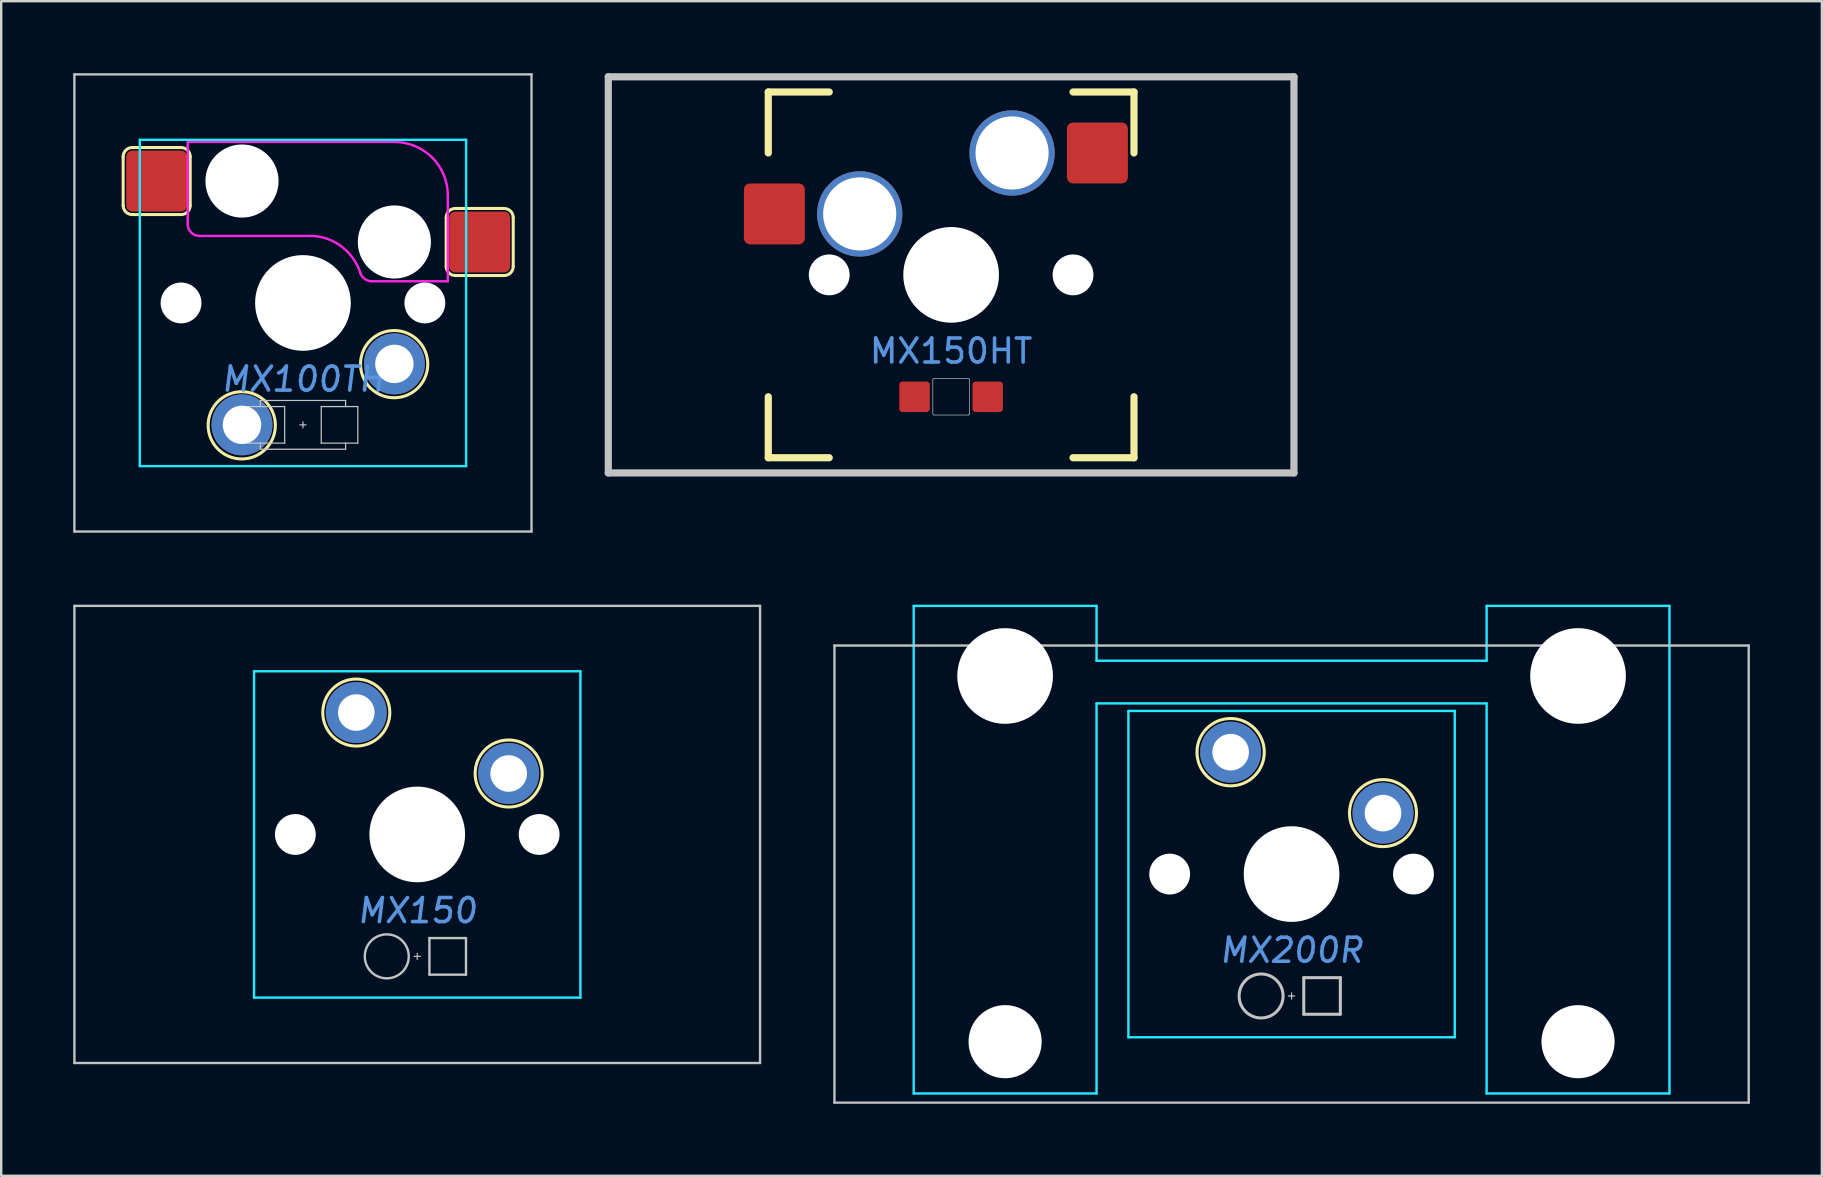
<source format=kicad_pcb>
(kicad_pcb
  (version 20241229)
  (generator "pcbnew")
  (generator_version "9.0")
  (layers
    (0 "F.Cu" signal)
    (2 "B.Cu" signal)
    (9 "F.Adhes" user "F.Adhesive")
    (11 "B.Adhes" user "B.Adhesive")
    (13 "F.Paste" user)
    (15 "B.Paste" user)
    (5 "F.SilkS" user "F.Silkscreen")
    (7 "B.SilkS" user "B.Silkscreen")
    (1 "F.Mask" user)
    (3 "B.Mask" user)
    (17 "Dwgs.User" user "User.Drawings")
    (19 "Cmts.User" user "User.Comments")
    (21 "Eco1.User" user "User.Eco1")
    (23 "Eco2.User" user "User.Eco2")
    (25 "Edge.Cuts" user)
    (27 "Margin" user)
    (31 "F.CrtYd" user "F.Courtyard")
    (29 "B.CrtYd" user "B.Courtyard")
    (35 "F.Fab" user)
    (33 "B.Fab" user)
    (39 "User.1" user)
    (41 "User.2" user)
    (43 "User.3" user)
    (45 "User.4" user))
  (footprint "MX150HT"
    (layer "F.Cu")
    (at 36.587 8.405)
    (property "Reference" "MX150HT" (at 0 3.175 0) (layer "Cmts.User") (effects (font (size 1 1) (thickness 0.15))))
    (attr through_hole)
    (fp_line (start -7.62 -7.62) (end -7.62 -5.08) (stroke (width 0.3) (type solid)) (layer "F.SilkS"))
    (fp_line (start -7.62 -7.62) (end -5.08 -7.62) (stroke (width 0.3) (type solid)) (layer "F.SilkS"))
    (fp_line (start -7.62 7.62) (end -7.62 5.08) (stroke (width 0.3) (type solid)) (layer "F.SilkS"))
    (fp_line (start -7.62 7.62) (end -5.08 7.62) (stroke (width 0.3) (type solid)) (layer "F.SilkS"))
    (fp_line (start 7.62 -7.62) (end 5.08 -7.62) (stroke (width 0.3) (type solid)) (layer "F.SilkS"))
    (fp_line (start 7.62 -7.62) (end 7.62 -5.08) (stroke (width 0.3) (type solid)) (layer "F.SilkS"))
    (fp_line (start 7.62 7.62) (end 5.08 7.62) (stroke (width 0.3) (type solid)) (layer "F.SilkS"))
    (fp_line (start 7.62 7.62) (end 7.62 5.08) (stroke (width 0.3) (type solid)) (layer "F.SilkS"))
    (fp_line (start -14.287 -8.255) (end -14.287 8.255) (stroke (width 0.3) (type solid)) (layer "Dwgs.User"))
    (fp_line (start -14.287 -8.255) (end 14.287 -8.255) (stroke (width 0.3) (type solid)) (layer "Dwgs.User"))
    (fp_line (start -14.287 8.255) (end 14.287 8.255) (stroke (width 0.3) (type solid)) (layer "Dwgs.User"))
    (fp_line (start 14.287 -8.255) (end 14.287 8.255) (stroke (width 0.3) (type solid)) (layer "Dwgs.User"))
    (fp_line (start -0.762 5.791) (end -0.762 4.369) (stroke (width 0.025) (type solid)) (layer "Edge.Cuts"))
    (fp_line (start 0.711 4.318) (end -0.711 4.318) (stroke (width 0.025) (type solid)) (layer "Edge.Cuts"))
    (fp_line (start 0.711 5.842) (end -0.711 5.842) (stroke (width 0.025) (type solid)) (layer "Edge.Cuts"))
    (fp_line (start 0.762 4.369) (end 0.762 5.791) (stroke (width 0.025) (type solid)) (layer "Edge.Cuts"))
    (fp_arc (start -0.762 4.3688) (mid -0.747121 4.332879) (end -0.7112 4.318) (stroke (width 0.0254) (type solid)) (layer "Edge.Cuts"))
    (fp_arc (start -0.7112 5.842) (mid -0.747121 5.827121) (end -0.762 5.7912) (stroke (width 0.0254) (type solid)) (layer "Edge.Cuts"))
    (fp_arc (start 0.7112 4.318) (mid 0.747121 4.332879) (end 0.762 4.3688) (stroke (width 0.0254) (type solid)) (layer "Edge.Cuts"))
    (fp_arc (start 0.762 5.7912) (mid 0.747121 5.827121) (end 0.7112 5.842) (stroke (width 0.0254) (type solid)) (layer "Edge.Cuts"))
    (pad "" np_thru_hole circle (at -5.08 0) (size 1.702 1.702) (drill 1.702) (layers "*.Cu" "*.Mask"))
    (pad "" thru_hole circle (at -3.81 -2.54) (size 3.556 3.556) (drill 3.048) (layers "*.Cu" "*.Mask"))
    (pad "" np_thru_hole circle (at 0 0) (size 3.988 3.988) (drill 3.988) (layers "*.Cu" "*.Mask"))
    (pad "" thru_hole circle (at 2.54 -5.08) (size 3.556 3.556) (drill 3.048) (layers "*.Cu" "*.Mask"))
    (pad "" np_thru_hole circle (at 5.08 0) (size 1.702 1.702) (drill 1.702) (layers "*.Cu" "*.Mask"))
    (pad "2" smd roundrect (at 6.096 -5.08) (size 2.54 2.54) (layers "F.Cu" "F.Mask" "F.Paste") (roundrect_rratio 0.1))
    (pad "3" smd roundrect (at -7.366 -2.54) (size 2.54 2.54) (layers "F.Cu" "F.Mask" "F.Paste") (roundrect_rratio 0.1))
    (pad "3" connect roundrect (at -1.524 5.08) (size 1.27 1.27) (layers "F.Cu" "F.Mask") (roundrect_rratio 0.1))
    (pad "3" connect roundrect (at 1.524 5.08) (size 1.27 1.27) (layers "F.Cu" "F.Mask") (roundrect_rratio 0.1)))
  (footprint "MX200R"
    (layer "F.Cu")
    (at 50.775 33.376)
    (property "Reference" "MX200R" (at 0 3.175 0) (layer "Cmts.User") (effects (font (size 1 1) (thickness 0.15) (italic yes))))
    (attr through_hole)
    (fp_circle (center -2.54 -5.08) (end -1.143 -4.953) (stroke (width 0.127) (type solid)) (fill no) (layer "F.SilkS"))
    (fp_circle (center 3.81 -2.54) (end 5.207 -2.54) (stroke (width 0.127) (type solid)) (fill no) (layer "F.SilkS"))
    (fp_line (start -19.05 -9.525) (end -19.05 9.525) (stroke (width 0.1) (type solid)) (layer "Dwgs.User"))
    (fp_line (start -19.05 -9.525) (end 19.05 -9.525) (stroke (width 0.1) (type solid)) (layer "Dwgs.User"))
    (fp_line (start -19.05 9.525) (end 19.05 9.525) (stroke (width 0.1) (type solid)) (layer "Dwgs.User"))
    (fp_line (start -0.127 5.08) (end 0.127 5.08) (stroke (width 0.051) (type solid)) (layer "Dwgs.User"))
    (fp_line (start 0 4.953) (end 0 5.207) (stroke (width 0.051) (type solid)) (layer "Dwgs.User"))
    (fp_line (start 0.508 4.318) (end 0.508 5.842) (stroke (width 0.127) (type solid)) (layer "Dwgs.User"))
    (fp_line (start 0.508 4.318) (end 2.032 4.318) (stroke (width 0.127) (type solid)) (layer "Dwgs.User"))
    (fp_line (start 0.508 5.842) (end 2.032 5.842) (stroke (width 0.127) (type solid)) (layer "Dwgs.User"))
    (fp_line (start 2.032 5.842) (end 2.032 4.318) (stroke (width 0.127) (type solid)) (layer "Dwgs.User"))
    (fp_line (start 19.05 -9.525) (end 19.05 9.525) (stroke (width 0.1) (type solid)) (layer "Dwgs.User"))
    (fp_circle (center -1.27 5.08) (end -0.354 5.08) (stroke (width 0.127) (type solid)) (fill no) (layer "Dwgs.User"))
    (fp_line (start -15.748 9.144) (end -15.748 -11.176) (stroke (width 0.1) (type solid)) (layer "B.CrtYd"))
    (fp_line (start -8.128 -11.176) (end -15.748 -11.176) (stroke (width 0.1) (type solid)) (layer "B.CrtYd"))
    (fp_line (start -8.128 -8.89) (end -8.128 -11.176) (stroke (width 0.1) (type solid)) (layer "B.CrtYd"))
    (fp_line (start -8.128 -7.112) (end -8.128 9.144) (stroke (width 0.1) (type solid)) (layer "B.CrtYd"))
    (fp_line (start -8.128 9.144) (end -15.748 9.144) (stroke (width 0.1) (type solid)) (layer "B.CrtYd"))
    (fp_line (start -6.8 -6.8) (end -6.8 6.8) (stroke (width 0.1) (type solid)) (layer "B.CrtYd"))
    (fp_line (start 6.8 -6.8) (end -6.8 -6.8) (stroke (width 0.1) (type solid)) (layer "B.CrtYd"))
    (fp_line (start 6.8 -6.8) (end 6.8 6.8) (stroke (width 0.1) (type solid)) (layer "B.CrtYd"))
    (fp_line (start 6.8 6.8) (end -6.8 6.8) (stroke (width 0.1) (type solid)) (layer "B.CrtYd"))
    (fp_line (start 8.128 -8.89) (end -8.128 -8.89) (stroke (width 0.1) (type solid)) (layer "B.CrtYd"))
    (fp_line (start 8.128 -8.89) (end 8.128 -11.176) (stroke (width 0.1) (type solid)) (layer "B.CrtYd"))
    (fp_line (start 8.128 -7.112) (end -8.128 -7.112) (stroke (width 0.1) (type solid)) (layer "B.CrtYd"))
    (fp_line (start 8.128 -7.112) (end 8.128 9.144) (stroke (width 0.1) (type solid)) (layer "B.CrtYd"))
    (fp_line (start 15.748 -11.176) (end 8.128 -11.176) (stroke (width 0.1) (type solid)) (layer "B.CrtYd"))
    (fp_line (start 15.748 9.144) (end 8.128 9.144) (stroke (width 0.1) (type solid)) (layer "B.CrtYd"))
    (fp_line (start 15.748 9.144) (end 15.748 -11.176) (stroke (width 0.1) (type solid)) (layer "B.CrtYd"))
    (pad "" np_thru_hole circle (at -11.938 -8.255) (size 3.988 3.988) (drill 3.988) (layers "*.Cu" "*.Mask"))
    (pad "" np_thru_hole circle (at -11.938 6.985) (size 3.048 3.048) (drill 3.048) (layers "*.Cu" "*.Mask"))
    (pad "" np_thru_hole circle (at -5.08 0) (size 1.702 1.702) (drill 1.702) (layers "*.Cu" "*.Mask"))
    (pad "" np_thru_hole circle (at 0 0) (size 3.988 3.988) (drill 3.988) (layers "*.Cu" "*.Mask"))
    (pad "" np_thru_hole circle (at 5.08 0) (size 1.702 1.702) (drill 1.702) (layers "*.Cu" "*.Mask"))
    (pad "" np_thru_hole circle (at 11.938 -8.255) (size 3.988 3.988) (drill 3.988) (layers "*.Cu" "*.Mask"))
    (pad "" np_thru_hole circle (at 11.938 6.985) (size 3.048 3.048) (drill 3.048) (layers "*.Cu" "*.Mask"))
    (pad "1" thru_hole circle (at -2.54 -5.08) (size 2.54 2.54) (drill 1.524) (layers "*.Cu" "*.Mask"))
    (pad "2" thru_hole circle (at 3.81 -2.54) (size 2.54 2.54) (drill 1.524) (layers "*.Cu" "*.Mask")))
  (footprint "MX150"
    (layer "F.Cu")
    (at 14.338 31.725)
    (property "Reference" "MX150" (at 0 3.175 0) (layer "Cmts.User") (effects (font (size 1 1) (thickness 0.15) (italic yes))))
    (attr through_hole)
    (fp_circle (center -2.54 -5.08) (end -1.143 -5.08) (stroke (width 0.127) (type solid)) (fill no) (layer "F.SilkS"))
    (fp_circle (center 3.81 -2.54) (end 5.207 -2.54) (stroke (width 0.127) (type solid)) (fill no) (layer "F.SilkS"))
    (fp_line (start -14.287 -9.525) (end -14.287 9.525) (stroke (width 0.1) (type solid)) (layer "Dwgs.User"))
    (fp_line (start -14.287 -9.525) (end 14.287 -9.525) (stroke (width 0.1) (type solid)) (layer "Dwgs.User"))
    (fp_line (start -14.287 9.525) (end 14.287 9.525) (stroke (width 0.1) (type solid)) (layer "Dwgs.User"))
    (fp_line (start 0 5.207) (end 0 4.953) (stroke (width 0.05) (type solid)) (layer "Dwgs.User"))
    (fp_line (start 0.127 5.08) (end -0.127 5.08) (stroke (width 0.05) (type solid)) (layer "Dwgs.User"))
    (fp_line (start 0.508 4.318) (end 2.032 4.318) (stroke (width 0.1) (type solid)) (layer "Dwgs.User"))
    (fp_line (start 0.508 5.842) (end 0.508 4.318) (stroke (width 0.1) (type solid)) (layer "Dwgs.User"))
    (fp_line (start 0.508 5.842) (end 2.032 5.842) (stroke (width 0.1) (type solid)) (layer "Dwgs.User"))
    (fp_line (start 2.032 5.842) (end 2.032 4.318) (stroke (width 0.1) (type solid)) (layer "Dwgs.User"))
    (fp_line (start 14.287 -9.525) (end 14.287 9.525) (stroke (width 0.1) (type solid)) (layer "Dwgs.User"))
    (fp_circle (center -1.27 5.08) (end -0.354 5.08) (stroke (width 0.1) (type solid)) (fill no) (layer "Dwgs.User"))
    (fp_line (start -6.8 -6.8) (end 6.8 -6.8) (stroke (width 0.1) (type solid)) (layer "B.CrtYd"))
    (fp_line (start -6.8 6.8) (end -6.8 -6.8) (stroke (width 0.1) (type solid)) (layer "B.CrtYd"))
    (fp_line (start -6.8 6.8) (end 6.8 6.8) (stroke (width 0.1) (type solid)) (layer "B.CrtYd"))
    (fp_line (start 6.8 6.8) (end 6.8 -6.8) (stroke (width 0.1) (type solid)) (layer "B.CrtYd"))
    (pad "" np_thru_hole circle (at -5.08 0) (size 1.702 1.702) (drill 1.702) (layers "*.Cu" "*.Mask"))
    (pad "" np_thru_hole circle (at 0 0) (size 3.988 3.988) (drill 3.988) (layers "*.Cu" "*.Mask"))
    (pad "" np_thru_hole circle (at 5.08 0) (size 1.702 1.702) (drill 1.702) (layers "*.Cu" "*.Mask"))
    (pad "1" thru_hole circle (at -2.54 -5.08) (size 2.54 2.54) (drill 1.524) (layers "*.Cu" "*.Mask"))
    (pad "2" thru_hole circle (at 3.81 -2.54) (size 2.54 2.54) (drill 1.524) (layers "*.Cu" "*.Mask")))
  (footprint "MX100TH"
    (layer "F.Cu")
    (at 9.575 9.575)
    (property "Reference" "MX100TH" (at 0 3.175 0) (layer "Cmts.User") (effects (font (size 1 1) (thickness 0.15) (italic yes))))
    (attr through_hole)
    (fp_line (start -7.493 -6.096) (end -7.493 -4.064) (stroke (width 0.127) (type solid)) (layer "F.SilkS"))
    (fp_line (start -5.08 -6.477) (end -7.112 -6.477) (stroke (width 0.127) (type solid)) (layer "F.SilkS"))
    (fp_line (start -5.08 -3.683) (end -7.112 -3.683) (stroke (width 0.127) (type solid)) (layer "F.SilkS"))
    (fp_line (start -4.699 -6.096) (end -4.699 -4.064) (stroke (width 0.127) (type solid)) (layer "F.SilkS"))
    (fp_line (start 5.969 -3.556) (end 5.969 -1.524) (stroke (width 0.127) (type solid)) (layer "F.SilkS"))
    (fp_line (start 8.382 -3.937) (end 6.35 -3.937) (stroke (width 0.127) (type solid)) (layer "F.SilkS"))
    (fp_line (start 8.382 -1.143) (end 6.35 -1.143) (stroke (width 0.127) (type solid)) (layer "F.SilkS"))
    (fp_line (start 8.763 -3.556) (end 8.763 -1.524) (stroke (width 0.127) (type solid)) (layer "F.SilkS"))
    (fp_arc (start -7.493 -6.096) (mid -7.381408 -6.365408) (end -7.112 -6.477) (stroke (width 0.127) (type solid)) (layer "F.SilkS"))
    (fp_arc (start -7.112 -3.683) (mid -7.381408 -3.794592) (end -7.493 -4.064) (stroke (width 0.127) (type solid)) (layer "F.SilkS"))
    (fp_arc (start -5.08 -6.477) (mid -4.810592 -6.365408) (end -4.699 -6.096) (stroke (width 0.127) (type solid)) (layer "F.SilkS"))
    (fp_arc (start -4.699 -4.064) (mid -4.810592 -3.794592) (end -5.08 -3.683) (stroke (width 0.127) (type solid)) (layer "F.SilkS"))
    (fp_arc (start 5.969 -3.556) (mid 6.080592 -3.825408) (end 6.35 -3.937) (stroke (width 0.127) (type solid)) (layer "F.SilkS"))
    (fp_arc (start 6.35 -1.143) (mid 6.080592 -1.254592) (end 5.969 -1.524) (stroke (width 0.127) (type solid)) (layer "F.SilkS"))
    (fp_arc (start 8.382 -3.937) (mid 8.651408 -3.825408) (end 8.763 -3.556) (stroke (width 0.127) (type solid)) (layer "F.SilkS"))
    (fp_arc (start 8.763 -1.524) (mid 8.651408 -1.254592) (end 8.382 -1.143) (stroke (width 0.127) (type solid)) (layer "F.SilkS"))
    (fp_circle (center -2.55 5.1) (end -1.149 5.1) (stroke (width 0.127) (type solid)) (fill no) (layer "F.SilkS"))
    (fp_circle (center 3.8 2.55) (end 5.201 2.55) (stroke (width 0.127) (type solid)) (fill no) (layer "F.SilkS"))
    (fp_line (start -9.525 -9.525) (end 9.525 -9.525) (stroke (width 0.1) (type solid)) (layer "Dwgs.User"))
    (fp_line (start -9.525 9.525) (end -9.525 -9.525) (stroke (width 0.1) (type solid)) (layer "Dwgs.User"))
    (fp_line (start -2.286 4.318) (end -2.286 5.842) (stroke (width 0.051) (type solid)) (layer "Dwgs.User"))
    (fp_line (start -2.286 5.842) (end -0.762 5.842) (stroke (width 0.051) (type solid)) (layer "Dwgs.User"))
    (fp_line (start -1.778 4.064) (end -1.778 4.318) (stroke (width 0.051) (type solid)) (layer "Dwgs.User"))
    (fp_line (start -1.778 6.096) (end -1.778 5.842) (stroke (width 0.051) (type solid)) (layer "Dwgs.User"))
    (fp_line (start -1.778 6.096) (end 1.778 6.096) (stroke (width 0.051) (type solid)) (layer "Dwgs.User"))
    (fp_line (start -0.762 4.318) (end -2.286 4.318) (stroke (width 0.051) (type solid)) (layer "Dwgs.User"))
    (fp_line (start -0.762 5.842) (end -0.762 4.318) (stroke (width 0.051) (type solid)) (layer "Dwgs.User"))
    (fp_line (start -0.127 5.08) (end 0.127 5.08) (stroke (width 0.05) (type solid)) (layer "Dwgs.User"))
    (fp_line (start 0 4.953) (end 0 5.207) (stroke (width 0.05) (type solid)) (layer "Dwgs.User"))
    (fp_line (start 0.762 4.318) (end 2.286 4.318) (stroke (width 0.051) (type solid)) (layer "Dwgs.User"))
    (fp_line (start 0.762 5.842) (end 0.762 4.318) (stroke (width 0.051) (type solid)) (layer "Dwgs.User"))
    (fp_line (start 1.778 4.064) (end -1.778 4.064) (stroke (width 0.051) (type solid)) (layer "Dwgs.User"))
    (fp_line (start 1.778 4.318) (end 1.778 4.064) (stroke (width 0.051) (type solid)) (layer "Dwgs.User"))
    (fp_line (start 1.778 6.096) (end 1.778 5.842) (stroke (width 0.051) (type solid)) (layer "Dwgs.User"))
    (fp_line (start 2.286 5.842) (end 0.762 5.842) (stroke (width 0.051) (type solid)) (layer "Dwgs.User"))
    (fp_line (start 2.286 5.842) (end 2.286 4.318) (stroke (width 0.051) (type solid)) (layer "Dwgs.User"))
    (fp_line (start 9.525 -9.525) (end 9.525 9.525) (stroke (width 0.1) (type solid)) (layer "Dwgs.User"))
    (fp_line (start 9.525 9.525) (end -9.525 9.525) (stroke (width 0.1) (type solid)) (layer "Dwgs.User"))
    (fp_line (start -6.8 -6.8) (end -6.8 6.8) (stroke (width 0.1) (type solid)) (layer "B.CrtYd"))
    (fp_line (start -6.8 -6.8) (end 6.8 -6.8) (stroke (width 0.1) (type solid)) (layer "B.CrtYd"))
    (fp_line (start 6.8 6.8) (end -6.8 6.8) (stroke (width 0.1) (type solid)) (layer "B.CrtYd"))
    (fp_line (start 6.8 6.8) (end 6.8 -6.8) (stroke (width 0.1) (type solid)) (layer "B.CrtYd"))
    (fp_line (start -4.802 -6.709) (end -4.802 -3.287) (stroke (width 0.1) (type solid)) (layer "F.CrtYd"))
    (fp_line (start -4.802 -3.849) (end -4.802 -3.849) (stroke (width 0.1) (type solid)) (layer "F.CrtYd"))
    (fp_line (start -4.309 -2.794) (end 0.296 -2.794) (stroke (width 0.1) (type solid)) (layer "F.CrtYd"))
    (fp_line (start -2.542 -5.493) (end -2.542 -4.695) (stroke (width 0.1) (type solid)) (layer "F.CrtYd"))
    (fp_line (start -2.146 -5.091) (end -2.938 -5.091) (stroke (width 0.1) (type solid)) (layer "F.CrtYd"))
    (fp_line (start 2.862 -0.904) (end 6.037 -0.904) (stroke (width 0.1) (type solid)) (layer "F.CrtYd"))
    (fp_line (start 3.772 -2.971) (end 3.772 -2.173) (stroke (width 0.1) (type solid)) (layer "F.CrtYd"))
    (fp_line (start 3.824 -6.709) (end -4.802 -6.709) (stroke (width 0.1) (type solid)) (layer "F.CrtYd"))
    (fp_line (start 4.168 -2.569) (end 3.376 -2.569) (stroke (width 0.1) (type solid)) (layer "F.CrtYd"))
    (fp_line (start 6.037 -1.327) (end 6.037 -1.327) (stroke (width 0.1) (type solid)) (layer "F.CrtYd"))
    (fp_line (start 6.037 -0.904) (end 6.037 -4.511) (stroke (width 0.1) (type solid)) (layer "F.CrtYd"))
    (fp_curve (pts (xy -4.66 -2.936) (xy -4.751 -3.026) (xy -4.802 -3.149) (xy -4.802 -3.278)) (stroke (width 0.1) (type solid)) (layer "F.CrtYd"))
    (fp_curve (pts (xy -4.318 -2.794) (xy -4.446 -2.794) (xy -4.569 -2.845) (xy -4.66 -2.936)) (stroke (width 0.1) (type solid)) (layer "F.CrtYd"))
    (fp_curve (pts (xy 0.296 -2.794) (xy 1.393 -2.794) (xy 2.162 -2.003) (xy 2.39 -1.252)) (stroke (width 0.1) (type solid)) (layer "F.CrtYd"))
    (fp_curve (pts (xy 2.39 -1.252) (xy 2.437 -1.099) (xy 2.618 -0.904) (xy 2.862 -0.904)) (stroke (width 0.1) (type solid)) (layer "F.CrtYd"))
    (fp_curve (pts (xy 3.815 -6.709) (xy 4.404 -6.709) (xy 4.97 -6.474) (xy 5.386 -6.058)) (stroke (width 0.1) (type solid)) (layer "F.CrtYd"))
    (fp_curve (pts (xy 5.386 -6.058) (xy 5.803 -5.641) (xy 6.037 -5.076) (xy 6.037 -4.486)) (stroke (width 0.1) (type solid)) (layer "F.CrtYd"))
    (pad "" np_thru_hole circle (at -5.08 0) (size 1.702 1.702) (drill 1.702) (layers "*.Cu" "*.Mask"))
    (pad "" np_thru_hole circle (at -2.54 -5.08) (size 3.048 3.048) (drill 3.048) (layers "*.Cu" "*.Mask"))
    (pad "" np_thru_hole circle (at 0 0) (size 3.988 3.988) (drill 3.988) (layers "*.Cu" "*.Mask"))
    (pad "" np_thru_hole circle (at 3.81 -2.54) (size 3.048 3.048) (drill 3.048) (layers "*.Cu" "*.Mask"))
    (pad "" np_thru_hole circle (at 5.08 0) (size 1.702 1.702) (drill 1.702) (layers "*.Cu" "*.Mask"))
    (pad "1" smd roundrect (at -6.096 -5.08) (size 2.54 2.54) (layers "F.Cu" "F.Mask" "F.Paste") (roundrect_rratio 0.1))
    (pad "1" thru_hole circle (at -2.54 5.08) (size 2.54 2.54) (drill 1.6) (layers "*.Cu" "*.Mask"))
    (pad "2" thru_hole circle (at 3.81 2.54) (size 2.54 2.54) (drill 1.6) (layers "*.Cu" "*.Mask"))
    (pad "2" smd roundrect (at 7.366 -2.54) (size 2.54 2.54) (layers "F.Cu" "F.Mask" "F.Paste") (roundrect_rratio 0.1)))
  (gr_rect
    (start -3 -3)
    (end 72.875 45.951)
    (stroke (width 0.1) (type default))
    (fill no)
    (layer "Edge.Cuts")))
</source>
